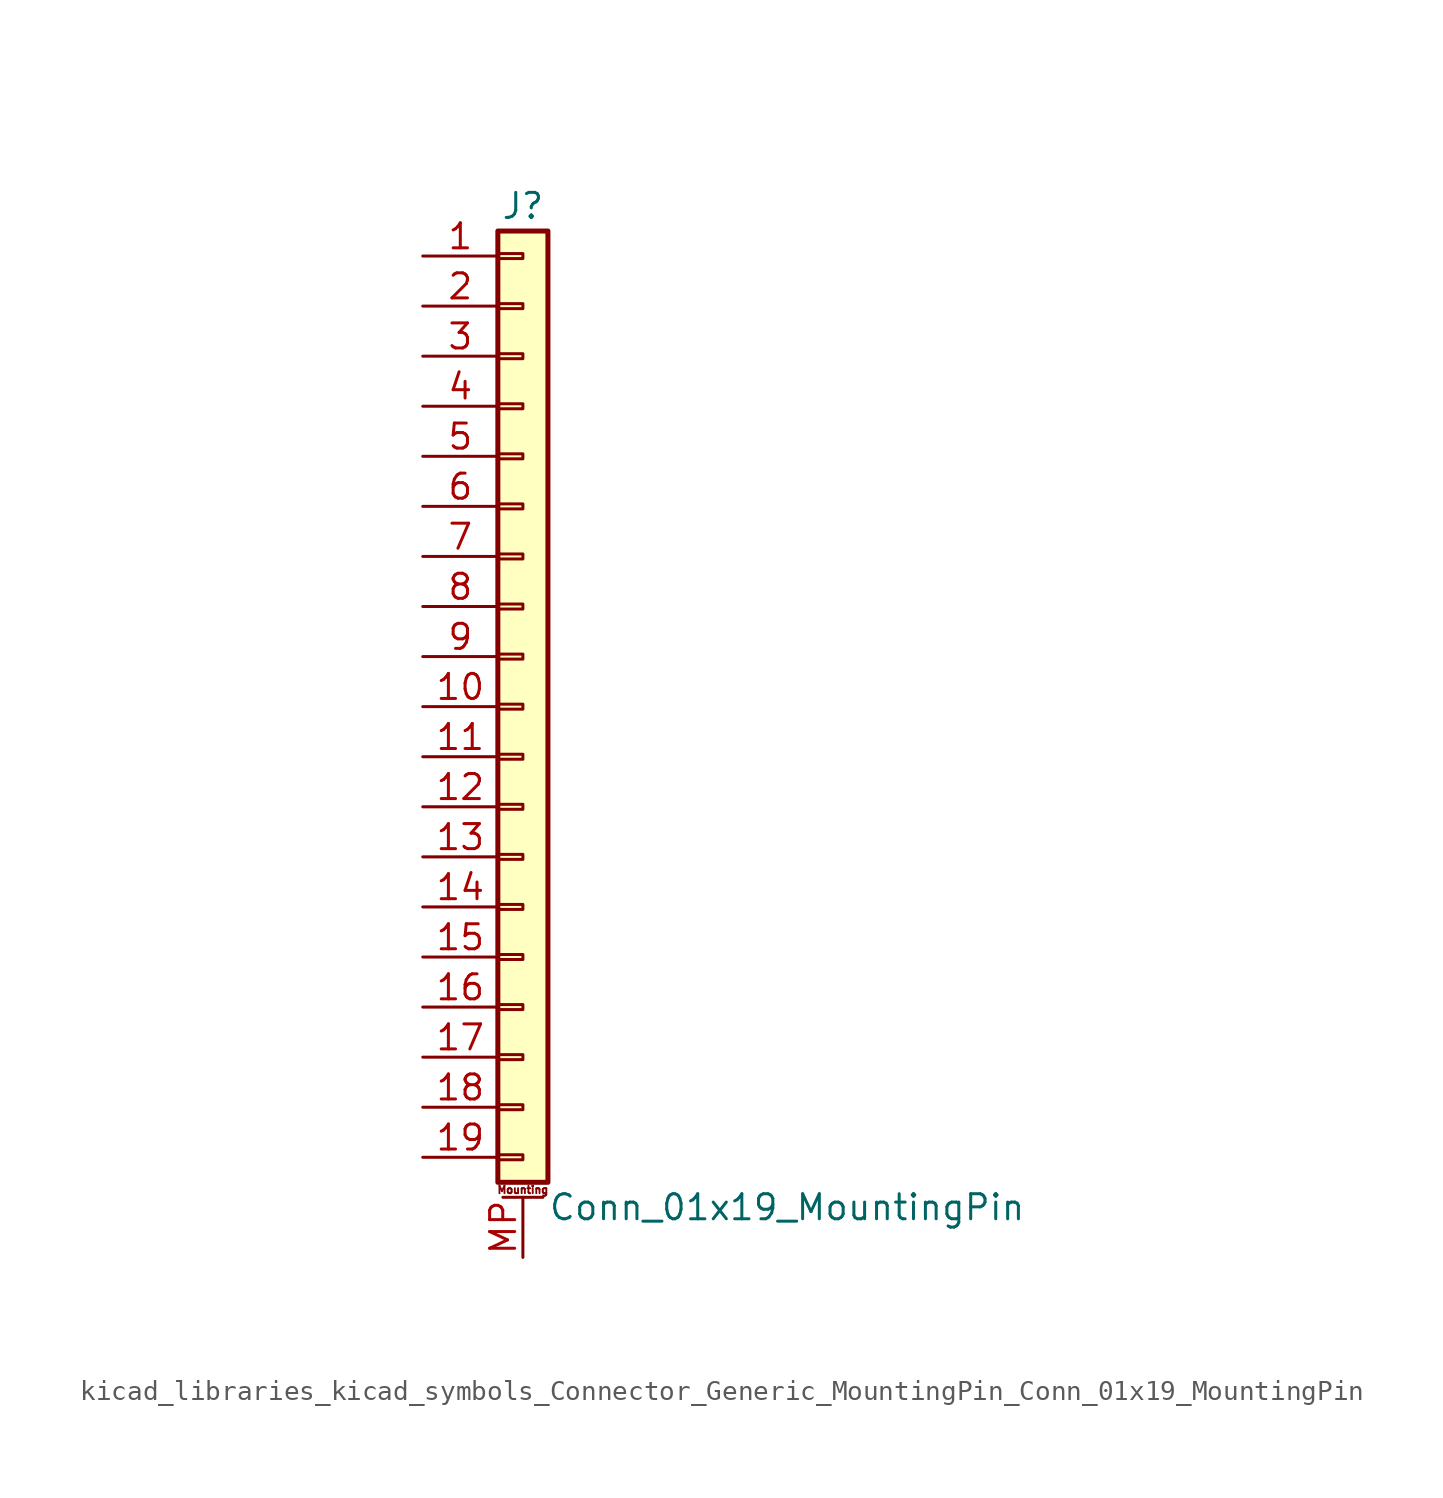
<source format=kicad_sym>
(kicad_symbol_lib
  (version 20220914)
  (generator kicad_symbol_editor)
  (symbol "kicad_libraries_kicad_symbols_Connector_Generic_MountingPin_Conn_01x19_MountingPin"
    (pin_names
      (offset 1.016) hide)
    (property "Reference" "J"
      (at 0 25.4 0)
      (effects (font (size 1.27 1.27))))
    (property "Value" "Conn_01x19_MountingPin"
      (at 1.27 -25.4 0)
      (effects (font (size 1.27 1.27)) (justify left)))
    (symbol "kicad_libraries_kicad_symbols_Connector_Generic_MountingPin_Conn_01x19_MountingPin_1_1"
      (rectangle (start -1.27 -22.733) (end 0 -22.987) (stroke (width 0.152) (type default)) (fill (type none)))
      (rectangle (start -1.27 -20.193) (end 0 -20.447) (stroke (width 0.152) (type default)) (fill (type none)))
      (rectangle (start -1.27 -17.653) (end 0 -17.907) (stroke (width 0.152) (type default)) (fill (type none)))
      (rectangle (start -1.27 -15.113) (end 0 -15.367) (stroke (width 0.152) (type default)) (fill (type none)))
      (rectangle (start -1.27 -12.573) (end 0 -12.827) (stroke (width 0.152) (type default)) (fill (type none)))
      (rectangle (start -1.27 -10.033) (end 0 -10.287) (stroke (width 0.152) (type default)) (fill (type none)))
      (rectangle (start -1.27 -7.493) (end 0 -7.747) (stroke (width 0.152) (type default)) (fill (type none)))
      (rectangle (start -1.27 -4.953) (end 0 -5.207) (stroke (width 0.152) (type default)) (fill (type none)))
      (rectangle (start -1.27 -2.413) (end 0 -2.667) (stroke (width 0.152) (type default)) (fill (type none)))
      (rectangle (start -1.27 0.127) (end 0 -0.127) (stroke (width 0.152) (type default)) (fill (type none)))
      (rectangle (start -1.27 2.667) (end 0 2.413) (stroke (width 0.152) (type default)) (fill (type none)))
      (rectangle (start -1.27 5.207) (end 0 4.953) (stroke (width 0.152) (type default)) (fill (type none)))
      (rectangle (start -1.27 7.747) (end 0 7.493) (stroke (width 0.152) (type default)) (fill (type none)))
      (rectangle (start -1.27 10.287) (end 0 10.033) (stroke (width 0.152) (type default)) (fill (type none)))
      (rectangle (start -1.27 12.827) (end 0 12.573) (stroke (width 0.152) (type default)) (fill (type none)))
      (rectangle (start -1.27 15.367) (end 0 15.113) (stroke (width 0.152) (type default)) (fill (type none)))
      (rectangle (start -1.27 17.907) (end 0 17.653) (stroke (width 0.152) (type default)) (fill (type none)))
      (rectangle (start -1.27 20.447) (end 0 20.193) (stroke (width 0.152) (type default)) (fill (type none)))
      (rectangle (start -1.27 22.987) (end 0 22.733) (stroke (width 0.152) (type default)) (fill (type none)))
      (rectangle (start -1.27 24.13) (end 1.27 -24.13) (stroke (width 0.254) (type default)) (fill (type background)))
      (polyline (pts (xy -1.016 -24.892) (xy 1.016 -24.892)) (stroke (width 0.152) (type default)) (fill (type none)))
      (text "Mounting" (at 0 -24.511 0) (effects (font (size 0.381 0.381))))
      (pin passive line (at -5.08 22.86 0) (length 3.81) (name "Pin_1" (effects (font (size 1.27 1.27)))) (number "1" (effects (font (size 1.27 1.27)))))
      (pin passive line (at -5.08 0 0) (length 3.81) (name "Pin_10" (effects (font (size 1.27 1.27)))) (number "10" (effects (font (size 1.27 1.27)))))
      (pin passive line (at -5.08 -2.54 0) (length 3.81) (name "Pin_11" (effects (font (size 1.27 1.27)))) (number "11" (effects (font (size 1.27 1.27)))))
      (pin passive line (at -5.08 -5.08 0) (length 3.81) (name "Pin_12" (effects (font (size 1.27 1.27)))) (number "12" (effects (font (size 1.27 1.27)))))
      (pin passive line (at -5.08 -7.62 0) (length 3.81) (name "Pin_13" (effects (font (size 1.27 1.27)))) (number "13" (effects (font (size 1.27 1.27)))))
      (pin passive line (at -5.08 -10.16 0) (length 3.81) (name "Pin_14" (effects (font (size 1.27 1.27)))) (number "14" (effects (font (size 1.27 1.27)))))
      (pin passive line (at -5.08 -12.7 0) (length 3.81) (name "Pin_15" (effects (font (size 1.27 1.27)))) (number "15" (effects (font (size 1.27 1.27)))))
      (pin passive line (at -5.08 -15.24 0) (length 3.81) (name "Pin_16" (effects (font (size 1.27 1.27)))) (number "16" (effects (font (size 1.27 1.27)))))
      (pin passive line (at -5.08 -17.78 0) (length 3.81) (name "Pin_17" (effects (font (size 1.27 1.27)))) (number "17" (effects (font (size 1.27 1.27)))))
      (pin passive line (at -5.08 -20.32 0) (length 3.81) (name "Pin_18" (effects (font (size 1.27 1.27)))) (number "18" (effects (font (size 1.27 1.27)))))
      (pin passive line (at -5.08 -22.86 0) (length 3.81) (name "Pin_19" (effects (font (size 1.27 1.27)))) (number "19" (effects (font (size 1.27 1.27)))))
      (pin passive line (at -5.08 20.32 0) (length 3.81) (name "Pin_2" (effects (font (size 1.27 1.27)))) (number "2" (effects (font (size 1.27 1.27)))))
      (pin passive line (at -5.08 17.78 0) (length 3.81) (name "Pin_3" (effects (font (size 1.27 1.27)))) (number "3" (effects (font (size 1.27 1.27)))))
      (pin passive line (at -5.08 15.24 0) (length 3.81) (name "Pin_4" (effects (font (size 1.27 1.27)))) (number "4" (effects (font (size 1.27 1.27)))))
      (pin passive line (at -5.08 12.7 0) (length 3.81) (name "Pin_5" (effects (font (size 1.27 1.27)))) (number "5" (effects (font (size 1.27 1.27)))))
      (pin passive line (at -5.08 10.16 0) (length 3.81) (name "Pin_6" (effects (font (size 1.27 1.27)))) (number "6" (effects (font (size 1.27 1.27)))))
      (pin passive line (at -5.08 7.62 0) (length 3.81) (name "Pin_7" (effects (font (size 1.27 1.27)))) (number "7" (effects (font (size 1.27 1.27)))))
      (pin passive line (at -5.08 5.08 0) (length 3.81) (name "Pin_8" (effects (font (size 1.27 1.27)))) (number "8" (effects (font (size 1.27 1.27)))))
      (pin passive line (at -5.08 2.54 0) (length 3.81) (name "Pin_9" (effects (font (size 1.27 1.27)))) (number "9" (effects (font (size 1.27 1.27)))))
      (pin passive line (at 0 -27.94 90) (length 3.048) (name "MountPin" (effects (font (size 1.27 1.27)))) (number "MP" (effects (font (size 1.27 1.27))))))))
</source>
